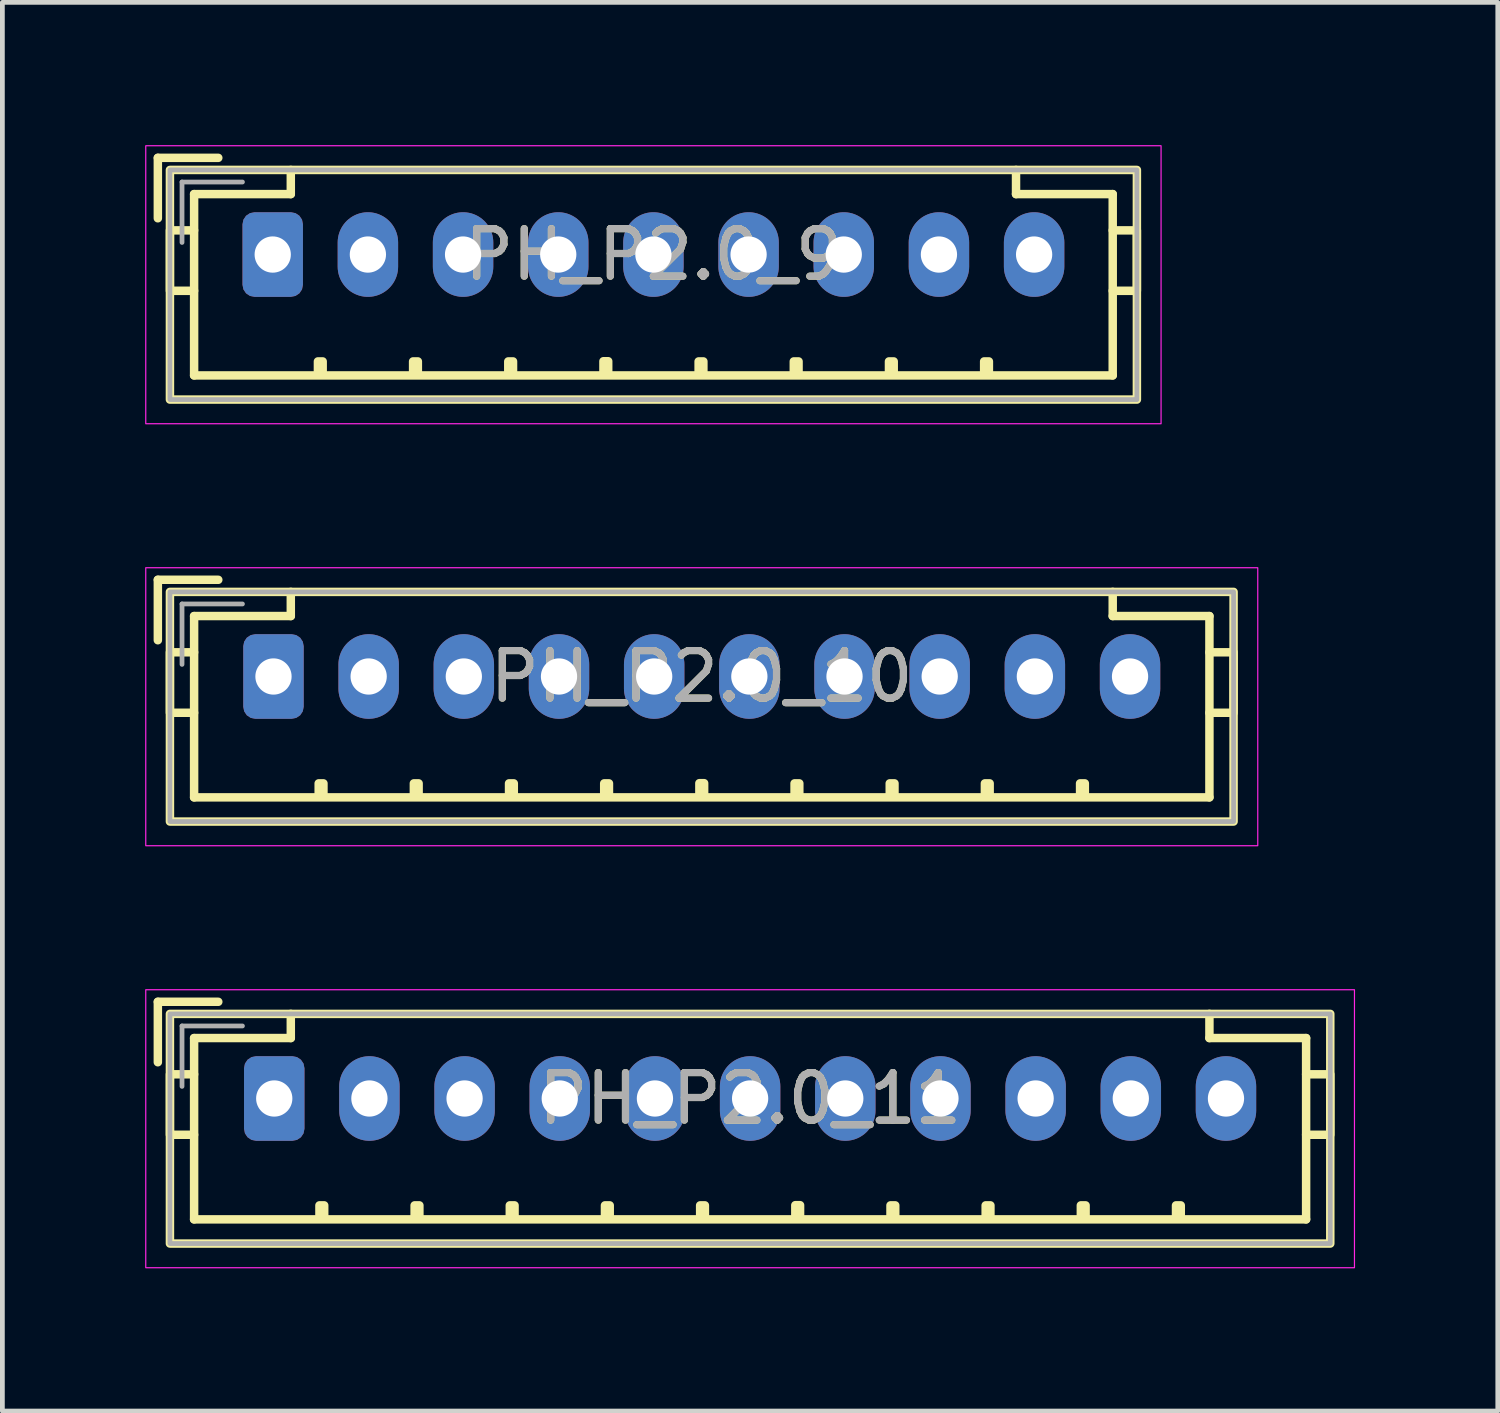
<source format=kicad_pcb>
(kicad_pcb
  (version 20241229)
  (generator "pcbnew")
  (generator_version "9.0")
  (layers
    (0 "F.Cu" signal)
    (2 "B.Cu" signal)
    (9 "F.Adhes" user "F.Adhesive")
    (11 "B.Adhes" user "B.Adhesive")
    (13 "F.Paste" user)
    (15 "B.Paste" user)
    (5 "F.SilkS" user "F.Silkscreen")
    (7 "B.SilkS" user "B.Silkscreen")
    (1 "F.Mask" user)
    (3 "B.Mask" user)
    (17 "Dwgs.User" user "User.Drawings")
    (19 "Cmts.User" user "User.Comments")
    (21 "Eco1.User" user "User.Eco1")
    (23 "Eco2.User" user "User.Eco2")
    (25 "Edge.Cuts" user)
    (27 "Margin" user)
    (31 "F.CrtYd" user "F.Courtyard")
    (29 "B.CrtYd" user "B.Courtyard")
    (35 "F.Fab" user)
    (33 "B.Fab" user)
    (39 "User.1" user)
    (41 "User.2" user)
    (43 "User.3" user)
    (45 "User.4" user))
  (footprint "PH_P2.0_9"
    (layer "F.Cu")
    (at 10.681 2.299)
    (property "Reference" "PH_P2.0_9" (at 0 0 0) (layer "F.SilkS") (effects (font (size 1 1) (thickness 0.15))))
    (fp_line (start -10.414 -2.032) (end -10.414 -0.762) (stroke (width 0.178) (type solid)) (layer "F.SilkS"))
    (fp_line (start -10.414 -2.032) (end -9.144 -2.032) (stroke (width 0.178) (type solid)) (layer "F.SilkS"))
    (fp_line (start -9.652 -1.27) (end -9.652 -0.508) (stroke (width 0.178) (type solid)) (layer "F.SilkS"))
    (fp_line (start -9.652 0.762) (end -9.652 2.54) (stroke (width 0.178) (type solid)) (layer "F.SilkS"))
    (fp_line (start -7.62 -1.778) (end -7.62 -1.27) (stroke (width 0.178) (type solid)) (layer "F.SilkS"))
    (fp_line (start -7.62 -1.27) (end -9.652 -1.27) (stroke (width 0.178) (type solid)) (layer "F.SilkS"))
    (fp_line (start 7.62 -1.778) (end 7.62 -1.27) (stroke (width 0.178) (type solid)) (layer "F.SilkS"))
    (fp_line (start 7.62 -1.27) (end 9.652 -1.27) (stroke (width 0.178) (type solid)) (layer "F.SilkS"))
    (fp_line (start 9.652 -1.27) (end 9.652 -0.508) (stroke (width 0.178) (type solid)) (layer "F.SilkS"))
    (fp_line (start 9.652 0.762) (end 9.652 2.54) (stroke (width 0.178) (type solid)) (layer "F.SilkS"))
    (fp_line (start 9.652 2.54) (end -9.652 2.54) (stroke (width 0.178) (type solid)) (layer "F.SilkS"))
    (fp_rect (start -10.16 -1.778) (end 10.16 3.048) (stroke (width 0.178) (type solid)) (fill no) (layer "F.SilkS"))
    (fp_rect (start -10.16 -0.508) (end -9.652 0.762) (stroke (width 0.178) (type solid)) (fill no) (layer "F.SilkS"))
    (fp_rect (start -7.05 2.246) (end -6.95 2.5) (stroke (width 0.178) (type solid)) (fill no) (layer "F.SilkS"))
    (fp_rect (start -5.05 2.246) (end -4.95 2.5) (stroke (width 0.178) (type solid)) (fill no) (layer "F.SilkS"))
    (fp_rect (start -3.05 2.246) (end -2.95 2.5) (stroke (width 0.178) (type solid)) (fill no) (layer "F.SilkS"))
    (fp_rect (start -1.05 2.242) (end -0.95 2.496) (stroke (width 0.178) (type solid)) (fill no) (layer "F.SilkS"))
    (fp_rect (start 0.95 2.246) (end 1.05 2.5) (stroke (width 0.178) (type solid)) (fill no) (layer "F.SilkS"))
    (fp_rect (start 2.95 2.246) (end 3.05 2.5) (stroke (width 0.178) (type solid)) (fill no) (layer "F.SilkS"))
    (fp_rect (start 4.95 2.246) (end 5.05 2.5) (stroke (width 0.178) (type solid)) (fill no) (layer "F.SilkS"))
    (fp_rect (start 6.95 2.246) (end 7.05 2.5) (stroke (width 0.178) (type solid)) (fill no) (layer "F.SilkS"))
    (fp_rect (start 9.652 -0.508) (end 10.16 0.762) (stroke (width 0.178) (type solid)) (fill no) (layer "F.SilkS"))
    (fp_rect (start -10.668 -2.286) (end 10.668 3.556) (stroke (width 0.025) (type solid)) (fill no) (layer "F.CrtYd"))
    (fp_line (start -9.906 -1.524) (end -9.906 -0.254) (stroke (width 0.1) (type solid)) (layer "F.Fab"))
    (fp_line (start -8.636 -1.524) (end -9.906 -1.524) (stroke (width 0.1) (type solid)) (layer "F.Fab"))
    (fp_rect (start -10.16 -1.778) (end 10.16 3.048) (stroke (width 0.1) (type solid)) (fill no) (layer "F.Fab"))
    (fp_text user "${REFERENCE}" (at 0 0 0) (layer "F.Fab") (effects (font (size 1 1) (thickness 0.15))))
    (pad "1" thru_hole roundrect (at -8 0) (size 1.27 1.778) (drill 0.762) (layers "*.Cu" "*.Mask") (roundrect_rratio 0.2))
    (pad "2" thru_hole oval (at -6 0) (size 1.27 1.778) (drill 0.762) (layers "*.Cu" "*.Mask"))
    (pad "3" thru_hole oval (at -4 0) (size 1.27 1.778) (drill 0.762) (layers "*.Cu" "*.Mask"))
    (pad "4" thru_hole oval (at -2 0) (size 1.27 1.778) (drill 0.762) (layers "*.Cu" "*.Mask"))
    (pad "5" thru_hole oval (at 0 0) (size 1.27 1.778) (drill 0.762) (layers "*.Cu" "*.Mask"))
    (pad "6" thru_hole oval (at 2 0) (size 1.27 1.778) (drill 0.762) (layers "*.Cu" "*.Mask"))
    (pad "7" thru_hole oval (at 4 0) (size 1.27 1.778) (drill 0.762) (layers "*.Cu" "*.Mask"))
    (pad "8" thru_hole oval (at 6 0) (size 1.27 1.778) (drill 0.762) (layers "*.Cu" "*.Mask"))
    (pad "9" thru_hole oval (at 8 0) (size 1.27 1.778) (drill 0.762) (layers "*.Cu" "*.Mask")))
  (footprint "PH_P2.0_10"
    (layer "F.Cu")
    (at 11.697 11.166)
    (property "Reference" "PH_P2.0_10" (at 0 0 0) (layer "F.SilkS") (effects (font (size 1 1) (thickness 0.15))))
    (fp_line (start -11.43 -2.032) (end -11.43 -0.762) (stroke (width 0.178) (type solid)) (layer "F.SilkS"))
    (fp_line (start -11.43 -2.032) (end -10.16 -2.032) (stroke (width 0.178) (type solid)) (layer "F.SilkS"))
    (fp_line (start -10.668 -1.27) (end -10.668 -0.508) (stroke (width 0.178) (type solid)) (layer "F.SilkS"))
    (fp_line (start -10.668 0.762) (end -10.668 2.54) (stroke (width 0.178) (type solid)) (layer "F.SilkS"))
    (fp_line (start -8.636 -1.778) (end -8.636 -1.27) (stroke (width 0.178) (type solid)) (layer "F.SilkS"))
    (fp_line (start -8.636 -1.27) (end -10.668 -1.27) (stroke (width 0.178) (type solid)) (layer "F.SilkS"))
    (fp_line (start 8.636 -1.778) (end 8.636 -1.27) (stroke (width 0.178) (type solid)) (layer "F.SilkS"))
    (fp_line (start 8.636 -1.27) (end 10.668 -1.27) (stroke (width 0.178) (type solid)) (layer "F.SilkS"))
    (fp_line (start 10.668 -1.27) (end 10.668 -0.508) (stroke (width 0.178) (type solid)) (layer "F.SilkS"))
    (fp_line (start 10.668 0.762) (end 10.668 2.54) (stroke (width 0.178) (type solid)) (layer "F.SilkS"))
    (fp_line (start 10.668 2.54) (end -10.668 2.54) (stroke (width 0.178) (type solid)) (layer "F.SilkS"))
    (fp_rect (start -11.176 -1.778) (end 11.176 3.048) (stroke (width 0.178) (type solid)) (fill no) (layer "F.SilkS"))
    (fp_rect (start -11.176 -0.508) (end -10.668 0.762) (stroke (width 0.178) (type solid)) (fill no) (layer "F.SilkS"))
    (fp_rect (start -8.05 2.246) (end -7.95 2.5) (stroke (width 0.178) (type solid)) (fill no) (layer "F.SilkS"))
    (fp_rect (start -6.05 2.246) (end -5.95 2.5) (stroke (width 0.178) (type solid)) (fill no) (layer "F.SilkS"))
    (fp_rect (start -4.05 2.246) (end -3.95 2.5) (stroke (width 0.178) (type solid)) (fill no) (layer "F.SilkS"))
    (fp_rect (start -2.05 2.246) (end -1.95 2.5) (stroke (width 0.178) (type solid)) (fill no) (layer "F.SilkS"))
    (fp_rect (start -0.05 2.242) (end 0.05 2.496) (stroke (width 0.178) (type solid)) (fill no) (layer "F.SilkS"))
    (fp_rect (start 1.95 2.246) (end 2.05 2.5) (stroke (width 0.178) (type solid)) (fill no) (layer "F.SilkS"))
    (fp_rect (start 3.95 2.246) (end 4.05 2.5) (stroke (width 0.178) (type solid)) (fill no) (layer "F.SilkS"))
    (fp_rect (start 5.95 2.246) (end 6.05 2.5) (stroke (width 0.178) (type solid)) (fill no) (layer "F.SilkS"))
    (fp_rect (start 7.95 2.246) (end 8.05 2.5) (stroke (width 0.178) (type solid)) (fill no) (layer "F.SilkS"))
    (fp_rect (start 10.668 -0.508) (end 11.176 0.762) (stroke (width 0.178) (type solid)) (fill no) (layer "F.SilkS"))
    (fp_rect (start -11.684 -2.286) (end 11.684 3.556) (stroke (width 0.025) (type solid)) (fill no) (layer "F.CrtYd"))
    (fp_line (start -10.922 -1.524) (end -10.922 -0.254) (stroke (width 0.1) (type solid)) (layer "F.Fab"))
    (fp_line (start -9.652 -1.524) (end -10.922 -1.524) (stroke (width 0.1) (type solid)) (layer "F.Fab"))
    (fp_rect (start -11.176 -1.778) (end 11.176 3.048) (stroke (width 0.1) (type solid)) (fill no) (layer "F.Fab"))
    (fp_text user "${REFERENCE}" (at 0 0 0) (layer "F.Fab") (effects (font (size 1 1) (thickness 0.15))))
    (pad "1" thru_hole roundrect (at -9 0) (size 1.27 1.778) (drill 0.762) (layers "*.Cu" "*.Mask") (roundrect_rratio 0.2))
    (pad "2" thru_hole oval (at -7 0) (size 1.27 1.778) (drill 0.762) (layers "*.Cu" "*.Mask"))
    (pad "3" thru_hole oval (at -5 0) (size 1.27 1.778) (drill 0.762) (layers "*.Cu" "*.Mask"))
    (pad "4" thru_hole oval (at -3 0) (size 1.27 1.778) (drill 0.762) (layers "*.Cu" "*.Mask"))
    (pad "5" thru_hole oval (at -1 0) (size 1.27 1.778) (drill 0.762) (layers "*.Cu" "*.Mask"))
    (pad "6" thru_hole oval (at 1 0) (size 1.27 1.778) (drill 0.762) (layers "*.Cu" "*.Mask"))
    (pad "7" thru_hole oval (at 3 0) (size 1.27 1.778) (drill 0.762) (layers "*.Cu" "*.Mask"))
    (pad "8" thru_hole oval (at 5 0) (size 1.27 1.778) (drill 0.762) (layers "*.Cu" "*.Mask"))
    (pad "9" thru_hole oval (at 7 0) (size 1.27 1.778) (drill 0.762) (layers "*.Cu" "*.Mask"))
    (pad "10" thru_hole oval (at 9 0) (size 1.27 1.778) (drill 0.762) (layers "*.Cu" "*.Mask")))
  (footprint "PH_P2.0_11"
    (layer "F.Cu")
    (at 12.713 20.034)
    (property "Reference" "PH_P2.0_11" (at 0 0 0) (layer "F.SilkS") (effects (font (size 1 1) (thickness 0.15))))
    (fp_line (start -12.446 -2.032) (end -12.446 -0.762) (stroke (width 0.178) (type solid)) (layer "F.SilkS"))
    (fp_line (start -12.446 -2.032) (end -11.176 -2.032) (stroke (width 0.178) (type solid)) (layer "F.SilkS"))
    (fp_line (start -11.684 -1.27) (end -11.684 -0.508) (stroke (width 0.178) (type solid)) (layer "F.SilkS"))
    (fp_line (start -11.684 0.762) (end -11.684 2.54) (stroke (width 0.178) (type solid)) (layer "F.SilkS"))
    (fp_line (start -9.652 -1.778) (end -9.652 -1.27) (stroke (width 0.178) (type solid)) (layer "F.SilkS"))
    (fp_line (start -9.652 -1.27) (end -11.684 -1.27) (stroke (width 0.178) (type solid)) (layer "F.SilkS"))
    (fp_line (start 9.652 -1.778) (end 9.652 -1.27) (stroke (width 0.178) (type solid)) (layer "F.SilkS"))
    (fp_line (start 9.652 -1.27) (end 11.684 -1.27) (stroke (width 0.178) (type solid)) (layer "F.SilkS"))
    (fp_line (start 11.684 -1.27) (end 11.684 -0.508) (stroke (width 0.178) (type solid)) (layer "F.SilkS"))
    (fp_line (start 11.684 0.762) (end 11.684 2.54) (stroke (width 0.178) (type solid)) (layer "F.SilkS"))
    (fp_line (start 11.684 2.54) (end -11.684 2.54) (stroke (width 0.178) (type solid)) (layer "F.SilkS"))
    (fp_rect (start -12.192 -1.778) (end 12.192 3.048) (stroke (width 0.178) (type solid)) (fill no) (layer "F.SilkS"))
    (fp_rect (start -12.192 -0.508) (end -11.684 0.762) (stroke (width 0.178) (type solid)) (fill no) (layer "F.SilkS"))
    (fp_rect (start -9.05 2.246) (end -8.95 2.5) (stroke (width 0.178) (type solid)) (fill no) (layer "F.SilkS"))
    (fp_rect (start -7.05 2.246) (end -6.95 2.5) (stroke (width 0.178) (type solid)) (fill no) (layer "F.SilkS"))
    (fp_rect (start -5.05 2.246) (end -4.95 2.5) (stroke (width 0.178) (type solid)) (fill no) (layer "F.SilkS"))
    (fp_rect (start -3.05 2.246) (end -2.95 2.5) (stroke (width 0.178) (type solid)) (fill no) (layer "F.SilkS"))
    (fp_rect (start -1.05 2.246) (end -0.95 2.5) (stroke (width 0.178) (type solid)) (fill no) (layer "F.SilkS"))
    (fp_rect (start 0.95 2.242) (end 1.05 2.496) (stroke (width 0.178) (type solid)) (fill no) (layer "F.SilkS"))
    (fp_rect (start 2.95 2.246) (end 3.05 2.5) (stroke (width 0.178) (type solid)) (fill no) (layer "F.SilkS"))
    (fp_rect (start 4.95 2.246) (end 5.05 2.5) (stroke (width 0.178) (type solid)) (fill no) (layer "F.SilkS"))
    (fp_rect (start 6.95 2.246) (end 7.05 2.5) (stroke (width 0.178) (type solid)) (fill no) (layer "F.SilkS"))
    (fp_rect (start 8.95 2.246) (end 9.05 2.5) (stroke (width 0.178) (type solid)) (fill no) (layer "F.SilkS"))
    (fp_rect (start 11.684 -0.508) (end 12.192 0.762) (stroke (width 0.178) (type solid)) (fill no) (layer "F.SilkS"))
    (fp_rect (start -12.7 -2.286) (end 12.7 3.556) (stroke (width 0.025) (type solid)) (fill no) (layer "F.CrtYd"))
    (fp_line (start -11.938 -1.524) (end -11.938 -0.254) (stroke (width 0.1) (type solid)) (layer "F.Fab"))
    (fp_line (start -10.668 -1.524) (end -11.938 -1.524) (stroke (width 0.1) (type solid)) (layer "F.Fab"))
    (fp_rect (start -12.192 -1.778) (end 12.192 3.048) (stroke (width 0.1) (type solid)) (fill no) (layer "F.Fab"))
    (fp_text user "${REFERENCE}" (at 0 0 0) (layer "F.Fab") (effects (font (size 1 1) (thickness 0.15))))
    (pad "1" thru_hole roundrect (at -10 0) (size 1.27 1.778) (drill 0.762) (layers "*.Cu" "*.Mask") (roundrect_rratio 0.2))
    (pad "2" thru_hole oval (at -8 0) (size 1.27 1.778) (drill 0.762) (layers "*.Cu" "*.Mask"))
    (pad "3" thru_hole oval (at -6 0) (size 1.27 1.778) (drill 0.762) (layers "*.Cu" "*.Mask"))
    (pad "4" thru_hole oval (at -4 0) (size 1.27 1.778) (drill 0.762) (layers "*.Cu" "*.Mask"))
    (pad "5" thru_hole oval (at -2 0) (size 1.27 1.778) (drill 0.762) (layers "*.Cu" "*.Mask"))
    (pad "6" thru_hole oval (at 0 0) (size 1.27 1.778) (drill 0.762) (layers "*.Cu" "*.Mask"))
    (pad "7" thru_hole oval (at 2 0) (size 1.27 1.778) (drill 0.762) (layers "*.Cu" "*.Mask"))
    (pad "8" thru_hole oval (at 4 0) (size 1.27 1.778) (drill 0.762) (layers "*.Cu" "*.Mask"))
    (pad "9" thru_hole oval (at 6 0) (size 1.27 1.778) (drill 0.762) (layers "*.Cu" "*.Mask"))
    (pad "10" thru_hole oval (at 8 0) (size 1.27 1.778) (drill 0.762) (layers "*.Cu" "*.Mask"))
    (pad "11" thru_hole oval (at 10 0) (size 1.27 1.778) (drill 0.762) (layers "*.Cu" "*.Mask")))
  (gr_rect
    (start -3 -3)
    (end 28.425 26.602)
    (stroke (width 0.1) (type default))
    (fill no)
    (layer "Edge.Cuts")))
</source>
